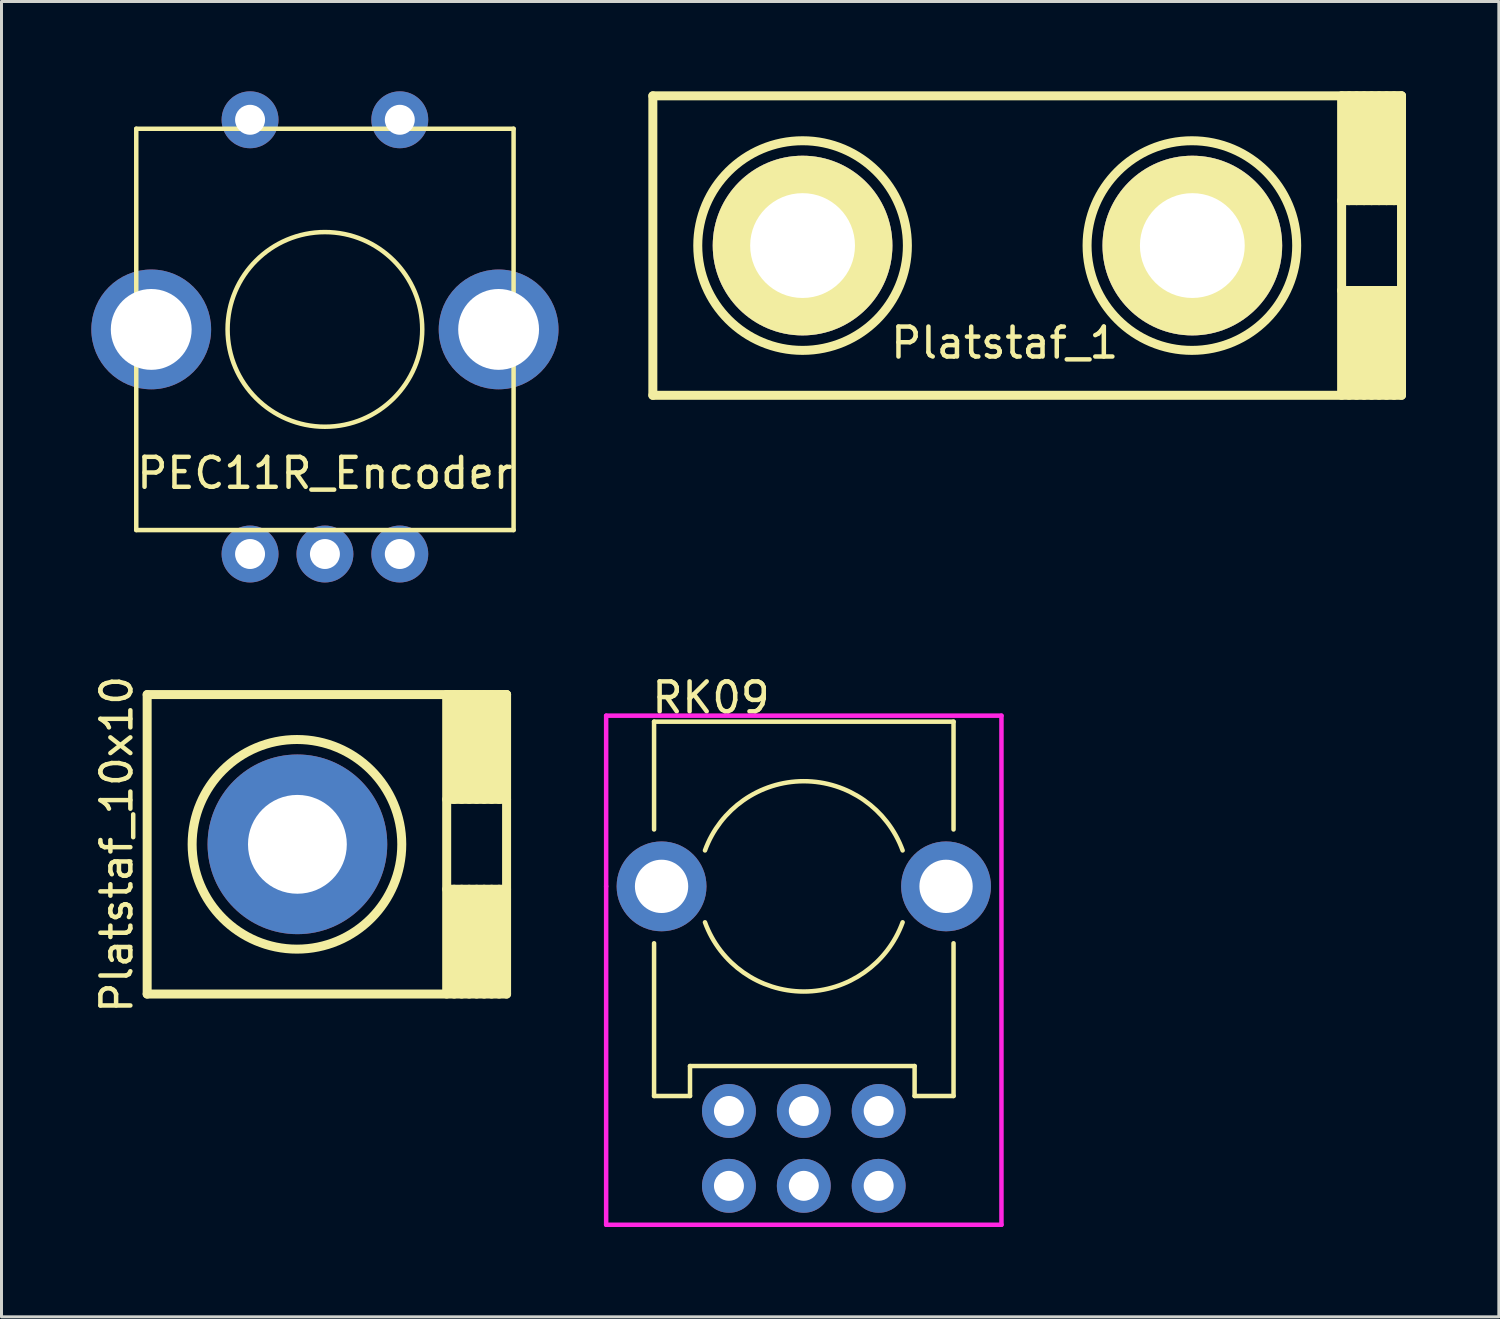
<source format=kicad_pcb>
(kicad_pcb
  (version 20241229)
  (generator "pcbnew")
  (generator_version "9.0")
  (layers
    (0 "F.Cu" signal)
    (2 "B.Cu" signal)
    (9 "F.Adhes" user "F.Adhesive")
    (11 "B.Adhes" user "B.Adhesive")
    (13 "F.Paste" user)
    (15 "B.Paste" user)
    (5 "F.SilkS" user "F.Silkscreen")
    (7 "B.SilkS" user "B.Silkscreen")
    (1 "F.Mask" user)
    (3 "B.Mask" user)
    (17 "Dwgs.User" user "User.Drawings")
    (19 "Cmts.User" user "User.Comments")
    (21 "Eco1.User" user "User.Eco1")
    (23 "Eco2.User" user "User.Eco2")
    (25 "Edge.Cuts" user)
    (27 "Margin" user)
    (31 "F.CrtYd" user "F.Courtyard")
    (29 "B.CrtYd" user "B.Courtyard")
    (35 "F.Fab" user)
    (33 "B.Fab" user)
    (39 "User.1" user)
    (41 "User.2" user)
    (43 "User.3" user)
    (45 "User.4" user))
  (footprint "Platstaf_1"
    (layer "F.Cu")
    (at 43.75 5.15)
    (property "Reference" "Platstaf_1" (at -13.25 3.25 0) (layer "F.SilkS") (effects (font (size 1 1) (thickness 0.15))))
    (attr through_hole)
    (fp_line (start -25 -5) (end 0 -5) (stroke (width 0.3) (type solid)) (layer "F.SilkS"))
    (fp_line (start -25 5) (end -25 -5) (stroke (width 0.3) (type solid)) (layer "F.SilkS"))
    (fp_line (start -2 -5) (end -2 5) (stroke (width 0.3) (type solid)) (layer "F.SilkS"))
    (fp_line (start -1.75 -5) (end -1.75 -1.5) (stroke (width 0.3) (type solid)) (layer "F.SilkS"))
    (fp_line (start -1.75 1.5) (end -1.75 5) (stroke (width 0.3) (type solid)) (layer "F.SilkS"))
    (fp_line (start -1.5 -5) (end -1.5 -1.5) (stroke (width 0.3) (type solid)) (layer "F.SilkS"))
    (fp_line (start -1.5 1.5) (end -1.5 5) (stroke (width 0.3) (type solid)) (layer "F.SilkS"))
    (fp_line (start -1.25 -5) (end -1.25 -1.5) (stroke (width 0.3) (type solid)) (layer "F.SilkS"))
    (fp_line (start -1.25 1.5) (end -1.25 5) (stroke (width 0.3) (type solid)) (layer "F.SilkS"))
    (fp_line (start -1 -5) (end -1 -1.5) (stroke (width 0.3) (type solid)) (layer "F.SilkS"))
    (fp_line (start -1 1.5) (end -1 5) (stroke (width 0.3) (type solid)) (layer "F.SilkS"))
    (fp_line (start -0.75 -5) (end -0.75 -1.5) (stroke (width 0.3) (type solid)) (layer "F.SilkS"))
    (fp_line (start -0.75 1.5) (end -0.75 5) (stroke (width 0.3) (type solid)) (layer "F.SilkS"))
    (fp_line (start -0.5 -5) (end -0.5 -1.5) (stroke (width 0.3) (type solid)) (layer "F.SilkS"))
    (fp_line (start -0.5 1.5) (end -0.5 5) (stroke (width 0.3) (type solid)) (layer "F.SilkS"))
    (fp_line (start -0.25 -5) (end -0.25 -1.5) (stroke (width 0.3) (type solid)) (layer "F.SilkS"))
    (fp_line (start -0.25 1.5) (end -0.25 5) (stroke (width 0.3) (type solid)) (layer "F.SilkS"))
    (fp_line (start 0 -5) (end -2 -5) (stroke (width 0.3) (type solid)) (layer "F.SilkS"))
    (fp_line (start 0 -5) (end 0 5) (stroke (width 0.3) (type solid)) (layer "F.SilkS"))
    (fp_line (start 0 -1.5) (end -2 -1.5) (stroke (width 0.3) (type solid)) (layer "F.SilkS"))
    (fp_line (start 0 1.5) (end -2 1.5) (stroke (width 0.3) (type solid)) (layer "F.SilkS"))
    (fp_line (start 0 5) (end -25 5) (stroke (width 0.3) (type solid)) (layer "F.SilkS"))
    (fp_circle (center -20 0) (end -20 3.5) (stroke (width 0.3) (type solid)) (fill no) (layer "F.SilkS"))
    (fp_circle (center -7 0) (end -7 3.5) (stroke (width 0.3) (type solid)) (fill no) (layer "F.SilkS"))
    (pad "1" thru_hole circle (at -6.985 0) (size 6 6) (drill 3.5) (layers "*.Cu" "*.Mask" "F.SilkS"))
    (pad "2" thru_hole circle (at -20 0) (size 6 6) (drill 3.5) (layers "*.Cu" "*.Mask" "F.SilkS")))
  (footprint "RK09"
    (layer "F.Cu")
    (at 23.791 26.548)
    (property "Reference" "RK09" (at -3.1 -6.3 0) (layer "F.SilkS") (effects (font (size 1 1) (thickness 0.15))))
    (attr through_hole)
    (fp_line (start -5 -5.5) (end -5 -1.9) (stroke (width 0.15) (type solid)) (layer "F.SilkS"))
    (fp_line (start -5 -5.5) (end 5 -5.5) (stroke (width 0.15) (type solid)) (layer "F.SilkS"))
    (fp_line (start -5 1.9) (end -5 7) (stroke (width 0.15) (type solid)) (layer "F.SilkS"))
    (fp_line (start -5 7) (end -3.8 7) (stroke (width 0.15) (type solid)) (layer "F.SilkS"))
    (fp_line (start -3.8 6) (end 3.7 6) (stroke (width 0.15) (type solid)) (layer "F.SilkS"))
    (fp_line (start -3.8 7) (end -3.8 6) (stroke (width 0.15) (type solid)) (layer "F.SilkS"))
    (fp_line (start 3.7 6) (end 3.7 7) (stroke (width 0.15) (type solid)) (layer "F.SilkS"))
    (fp_line (start 3.7 7) (end 5 7) (stroke (width 0.15) (type solid)) (layer "F.SilkS"))
    (fp_line (start 5 -5.5) (end 5 -1.9) (stroke (width 0.15) (type solid)) (layer "F.SilkS"))
    (fp_line (start 5 7) (end 5 1.9) (stroke (width 0.15) (type solid)) (layer "F.SilkS"))
    (fp_arc (start -3.3 -1.2) (mid 0 -3.51141) (end 3.3 -1.2) (stroke (width 0.15) (type solid)) (layer "F.SilkS"))
    (fp_arc (start 3.3 1.2) (mid 0 3.51141) (end -3.3 1.2) (stroke (width 0.15) (type solid)) (layer "F.SilkS"))
    (fp_line (start -6.6 -5.7) (end -6.6 0) (stroke (width 0.15) (type solid)) (layer "F.CrtYd"))
    (fp_line (start -6.6 0) (end -6.6 11.3) (stroke (width 0.15) (type solid)) (layer "F.CrtYd"))
    (fp_line (start -6.6 11.3) (end 6.6 11.3) (stroke (width 0.15) (type solid)) (layer "F.CrtYd"))
    (fp_line (start 6.6 -5.7) (end -6.6 -5.7) (stroke (width 0.15) (type solid)) (layer "F.CrtYd"))
    (fp_line (start 6.6 11.3) (end 6.6 -5.7) (stroke (width 0.15) (type solid)) (layer "F.CrtYd"))
    (pad "1" thru_hole circle (at -2.5 7.5) (size 1.8 1.8) (drill 1) (layers "*.Cu" "*.Mask"))
    (pad "2" thru_hole circle (at 0 7.5) (size 1.8 1.8) (drill 1) (layers "*.Cu" "*.Mask"))
    (pad "3" thru_hole circle (at 2.5 7.5) (size 1.8 1.8) (drill 1) (layers "*.Cu" "*.Mask"))
    (pad "4" thru_hole circle (at -2.5 10) (size 1.8 1.8) (drill 1) (layers "*.Cu" "*.Mask"))
    (pad "5" thru_hole circle (at 0 10) (size 1.8 1.8) (drill 1) (layers "*.Cu" "*.Mask"))
    (pad "6" thru_hole circle (at 2.5 10) (size 1.8 1.8) (drill 1) (layers "*.Cu" "*.Mask"))
    (pad "7" thru_hole circle (at -4.75 0) (size 3 3) (drill 1.78) (layers "*.Cu" "*.Mask"))
    (pad "8" thru_hole circle (at 4.75 0) (size 3 3) (drill 1.78) (layers "*.Cu" "*.Mask")))
  (footprint "PEC11R_Encoder"
    (layer "F.Cu")
    (at 7.8 7.95)
    (property "Reference" "PEC11R_Encoder" (at 0 4.8 0) (layer "F.SilkS") (effects (font (size 1 1) (thickness 0.15))))
    (attr through_hole)
    (fp_line (start -6.3 -6.7) (end -6.3 6.7) (stroke (width 0.15) (type solid)) (layer "F.SilkS"))
    (fp_line (start -6.3 6.7) (end 6.3 6.7) (stroke (width 0.15) (type solid)) (layer "F.SilkS"))
    (fp_line (start 6.3 -6.7) (end -6.3 -6.7) (stroke (width 0.15) (type solid)) (layer "F.SilkS"))
    (fp_line (start 6.3 6.7) (end 6.3 -6.7) (stroke (width 0.15) (type solid)) (layer "F.SilkS"))
    (fp_circle (center 0 0) (end 3.25 0) (stroke (width 0.15) (type solid)) (fill no) (layer "F.SilkS"))
    (pad "1" thru_hole circle (at -2.5 -7) (size 1.9 1.9) (drill 1) (layers "*.Cu" "*.Mask"))
    (pad "2" thru_hole circle (at 2.5 -7) (size 1.9 1.9) (drill 1) (layers "*.Cu" "*.Mask"))
    (pad "6" thru_hole circle (at -5.8 0) (size 4 4) (drill 2.7) (layers "*.Cu" "*.Mask"))
    (pad "7" thru_hole circle (at 5.8 0) (size 4 4) (drill 2.7) (layers "*.Cu" "*.Mask"))
    (pad "A" thru_hole circle (at -2.5 7.5) (size 1.9 1.9) (drill 1) (layers "*.Cu" "*.Mask"))
    (pad "B" thru_hole circle (at 2.5 7.5) (size 1.9 1.9) (drill 1) (layers "*.Cu" "*.Mask"))
    (pad "C" thru_hole circle (at 0 7.5) (size 1.9 1.9) (drill 1) (layers "*.Cu" "*.Mask")))
  (footprint "Platstaf_10x10"
    (layer "F.Cu")
    (at 13.866 25.144)
    (property "Reference" "Platstaf_10x10" (at -13.018 0 90) (layer "F.SilkS") (effects (font (size 1 1) (thickness 0.15))))
    (attr through_hole)
    (fp_line (start -12.002 -5) (end 0 -5) (stroke (width 0.3) (type solid)) (layer "F.SilkS"))
    (fp_line (start -12.002 5) (end -12.002 -5) (stroke (width 0.3) (type solid)) (layer "F.SilkS"))
    (fp_line (start -12.002 5) (end 0 5) (stroke (width 0.3) (type solid)) (layer "F.SilkS"))
    (fp_line (start -2 -5) (end -2 5) (stroke (width 0.3) (type solid)) (layer "F.SilkS"))
    (fp_line (start -1.75 -5) (end -1.75 -1.5) (stroke (width 0.3) (type solid)) (layer "F.SilkS"))
    (fp_line (start -1.75 1.5) (end -1.75 5) (stroke (width 0.3) (type solid)) (layer "F.SilkS"))
    (fp_line (start -1.5 -5) (end -1.5 -1.5) (stroke (width 0.3) (type solid)) (layer "F.SilkS"))
    (fp_line (start -1.5 1.5) (end -1.5 5) (stroke (width 0.3) (type solid)) (layer "F.SilkS"))
    (fp_line (start -1.25 -5) (end -1.25 -1.5) (stroke (width 0.3) (type solid)) (layer "F.SilkS"))
    (fp_line (start -1.25 1.5) (end -1.25 5) (stroke (width 0.3) (type solid)) (layer "F.SilkS"))
    (fp_line (start -1 -5) (end -1 -1.5) (stroke (width 0.3) (type solid)) (layer "F.SilkS"))
    (fp_line (start -1 1.5) (end -1 5) (stroke (width 0.3) (type solid)) (layer "F.SilkS"))
    (fp_line (start -0.75 -5) (end -0.75 -1.5) (stroke (width 0.3) (type solid)) (layer "F.SilkS"))
    (fp_line (start -0.75 1.5) (end -0.75 5) (stroke (width 0.3) (type solid)) (layer "F.SilkS"))
    (fp_line (start -0.5 -5) (end -0.5 -1.5) (stroke (width 0.3) (type solid)) (layer "F.SilkS"))
    (fp_line (start -0.5 1.5) (end -0.5 5) (stroke (width 0.3) (type solid)) (layer "F.SilkS"))
    (fp_line (start -0.25 -5) (end -0.25 -1.5) (stroke (width 0.3) (type solid)) (layer "F.SilkS"))
    (fp_line (start -0.25 1.5) (end -0.25 5) (stroke (width 0.3) (type solid)) (layer "F.SilkS"))
    (fp_line (start 0 -5) (end -2 -5) (stroke (width 0.3) (type solid)) (layer "F.SilkS"))
    (fp_line (start 0 -5) (end 0 5) (stroke (width 0.3) (type solid)) (layer "F.SilkS"))
    (fp_line (start 0 -1.5) (end -2 -1.5) (stroke (width 0.3) (type solid)) (layer "F.SilkS"))
    (fp_line (start 0 1.5) (end -2 1.5) (stroke (width 0.3) (type solid)) (layer "F.SilkS"))
    (fp_circle (center -7 0) (end -7 3.5) (stroke (width 0.3) (type solid)) (fill no) (layer "F.SilkS"))
    (pad "1" thru_hole circle (at -6.985 0) (size 6 6) (drill 3.3) (layers "*.Cu" "*.Mask")))
  (gr_rect
    (start -3 -3)
    (end 47 40.923)
    (stroke (width 0.1) (type default))
    (fill no)
    (layer "Edge.Cuts")))
</source>
